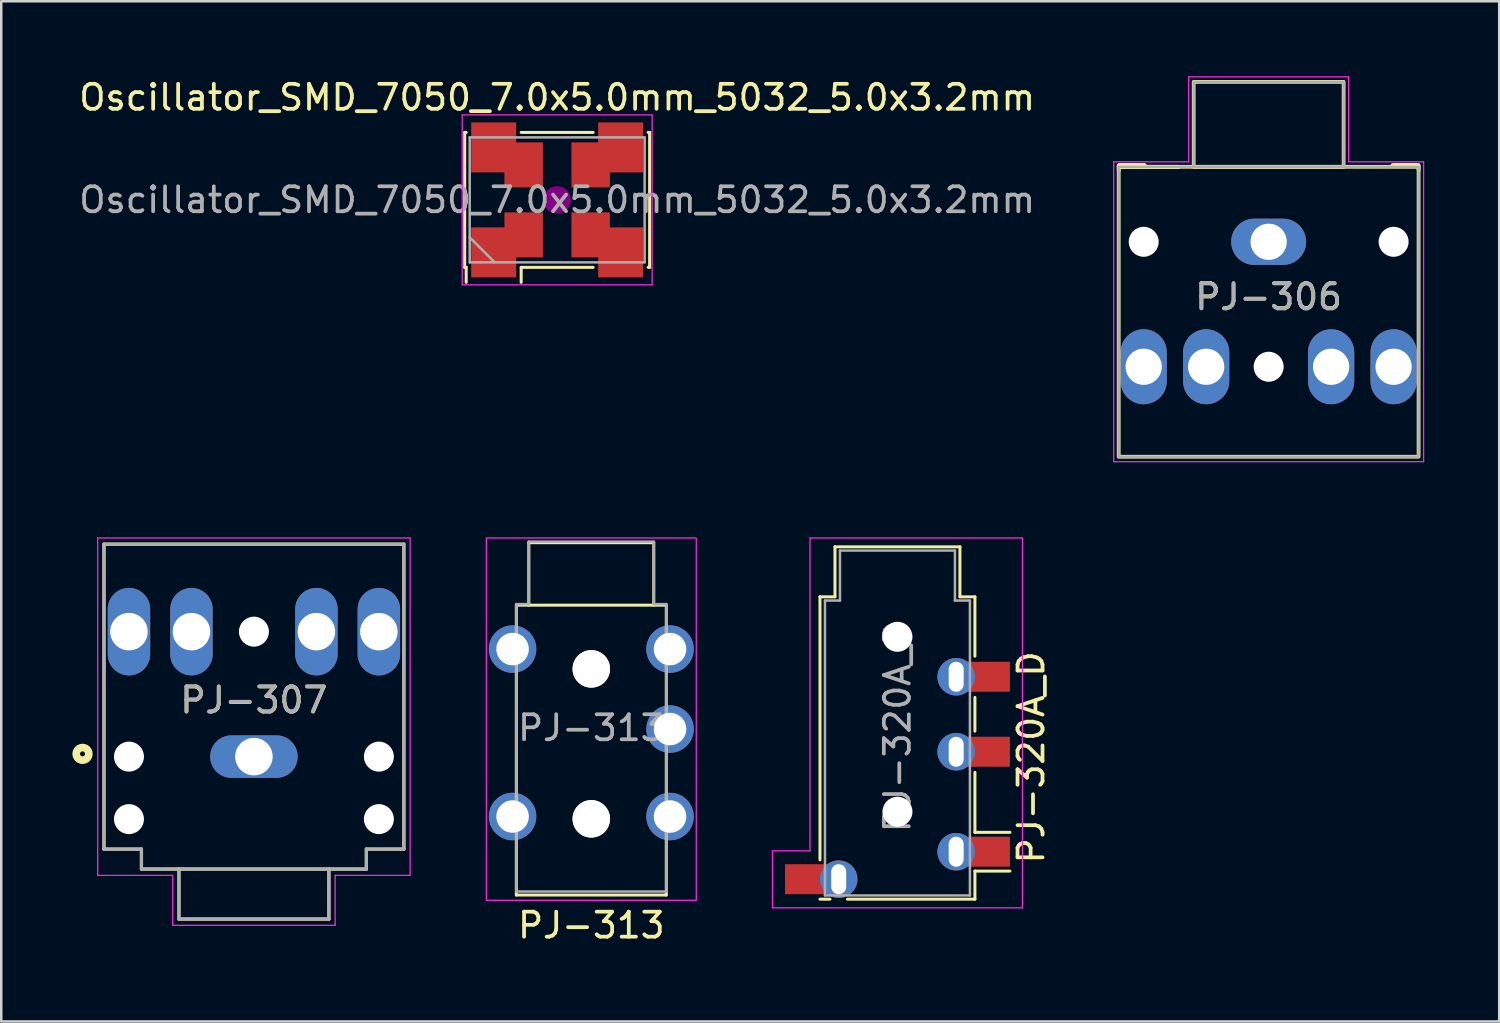
<source format=kicad_pcb>
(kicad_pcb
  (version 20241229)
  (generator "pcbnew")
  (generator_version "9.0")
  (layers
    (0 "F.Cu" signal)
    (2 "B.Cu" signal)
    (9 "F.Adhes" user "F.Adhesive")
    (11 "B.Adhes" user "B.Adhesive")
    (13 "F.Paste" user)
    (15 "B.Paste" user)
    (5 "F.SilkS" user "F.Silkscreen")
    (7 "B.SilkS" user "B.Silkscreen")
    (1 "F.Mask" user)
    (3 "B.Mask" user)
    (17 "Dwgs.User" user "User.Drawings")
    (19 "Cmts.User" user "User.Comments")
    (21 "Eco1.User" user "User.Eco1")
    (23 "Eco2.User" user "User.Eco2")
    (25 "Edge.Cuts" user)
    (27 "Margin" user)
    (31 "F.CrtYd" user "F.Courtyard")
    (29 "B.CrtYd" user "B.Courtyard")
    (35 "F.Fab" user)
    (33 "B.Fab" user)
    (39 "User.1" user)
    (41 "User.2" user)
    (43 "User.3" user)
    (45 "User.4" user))
  (footprint "PJ-313"
    (layer "F.Cu")
    (at 20.61 26.075)
    (property "Reference" "PJ-313" (at 0 7.9 0) (layer "F.SilkS") (effects (font (size 1 1) (thickness 0.15))))
    (fp_line (start -3 6.689) (end -3 -4.911) (stroke (width 0.12) (type solid)) (layer "F.SilkS"))
    (fp_line (start -2.5 -4.911) (end -2.5 -7.411) (stroke (width 0.12) (type solid)) (layer "F.SilkS"))
    (fp_line (start 2.5 -7.411) (end -2.5 -7.411) (stroke (width 0.12) (type solid)) (layer "F.SilkS"))
    (fp_line (start 2.5 -4.911) (end 2.5 -7.411) (stroke (width 0.12) (type solid)) (layer "F.SilkS"))
    (fp_line (start 3 -4.911) (end -3 -4.911) (stroke (width 0.12) (type solid)) (layer "F.SilkS"))
    (fp_line (start 3 6.689) (end -3 6.689) (stroke (width 0.12) (type solid)) (layer "F.SilkS"))
    (fp_line (start 3 6.689) (end 3 -4.911) (stroke (width 0.12) (type solid)) (layer "F.SilkS"))
    (fp_rect (start -4.2 -7.6) (end 4.2 6.9) (stroke (width 0.05) (type solid)) (fill no) (layer "F.CrtYd"))
    (fp_line (start -3 -4.953) (end -2.5 -4.953) (stroke (width 0.1) (type solid)) (layer "F.Fab"))
    (fp_line (start -3 6.547) (end -3 -4.953) (stroke (width 0.1) (type solid)) (layer "F.Fab"))
    (fp_line (start -2.5 -7.453) (end -2.5 -4.953) (stroke (width 0.1) (type solid)) (layer "F.Fab"))
    (fp_line (start 2.5 -7.453) (end -2.5 -7.453) (stroke (width 0.1) (type solid)) (layer "F.Fab"))
    (fp_line (start 2.5 -4.953) (end 2.5 -7.453) (stroke (width 0.1) (type solid)) (layer "F.Fab"))
    (fp_line (start 2.5 -4.953) (end 3 -4.953) (stroke (width 0.1) (type solid)) (layer "F.Fab"))
    (fp_line (start 3 -4.953) (end 3 6.547) (stroke (width 0.1) (type solid)) (layer "F.Fab"))
    (fp_line (start 3 6.547) (end -3 6.547) (stroke (width 0.1) (type solid)) (layer "F.Fab"))
    (fp_text user "${REFERENCE}" (at 0 0 0) (layer "F.Fab") (effects (font (size 1 1) (thickness 0.15))))
    (pad "" np_thru_hole circle (at 0 -2.361 180) (size 1.5 1.5) (drill 1.5) (layers "*.Cu" "*.Mask" "F.SilkS"))
    (pad "" np_thru_hole circle (at 0 3.639 180) (size 1.5 1.5) (drill 1.5) (layers "*.Cu" "*.Mask" "F.SilkS"))
    (pad "R" thru_hole circle (at 3.15 0.047 270) (size 1.9 1.9) (drill 1.3) (layers "*.Cu" "*.Mask"))
    (pad "S" thru_hole circle (at -3.15 -3.153 270) (size 1.9 1.9) (drill 1.3) (layers "*.Cu" "*.Mask"))
    (pad "S" thru_hole circle (at 3.15 -3.153 270) (size 1.9 1.9) (drill 1.3) (layers "*.Cu" "*.Mask"))
    (pad "T" thru_hole circle (at -3.15 3.547 270) (size 1.9 1.9) (drill 1.3) (layers "*.Cu" "*.Mask"))
    (pad "T" thru_hole circle (at 3.15 3.547 270) (size 1.9 1.9) (drill 1.3) (layers "*.Cu" "*.Mask")))
  (footprint "Oscillator_SMD_7050_7.0x5.0mm_5032_5.0x3.2mm"
    (layer "F.Cu")
    (at 19.244 4.948)
    (property "Reference" "Oscillator_SMD_7050_7.0x5.0mm_5032_5.0x3.2mm" (at 0 -4.1 0) (layer "F.SilkS") (effects (font (size 1 1) (thickness 0.15))))
    (attr smd)
    (fp_line (start -3.7 -2.7) (end -3.64 -2.7) (stroke (width 0.12) (type solid)) (layer "F.SilkS"))
    (fp_line (start -3.7 2.7) (end -3.7 -2.7) (stroke (width 0.12) (type solid)) (layer "F.SilkS"))
    (fp_line (start -3.64 2.7) (end -3.7 2.7) (stroke (width 0.12) (type solid)) (layer "F.SilkS"))
    (fp_line (start -3.64 3.3) (end -3.64 2.7) (stroke (width 0.12) (type solid)) (layer "F.SilkS"))
    (fp_line (start -1.44 -2.7) (end 1.44 -2.7) (stroke (width 0.12) (type solid)) (layer "F.SilkS"))
    (fp_line (start -1.44 2.7) (end -1.44 3.3) (stroke (width 0.12) (type solid)) (layer "F.SilkS"))
    (fp_line (start 1.44 2.7) (end -1.44 2.7) (stroke (width 0.12) (type solid)) (layer "F.SilkS"))
    (fp_line (start 3.64 -2.7) (end 3.7 -2.7) (stroke (width 0.12) (type solid)) (layer "F.SilkS"))
    (fp_line (start 3.7 -2.7) (end 3.7 2.7) (stroke (width 0.12) (type solid)) (layer "F.SilkS"))
    (fp_line (start 3.7 2.7) (end 3.64 2.7) (stroke (width 0.12) (type solid)) (layer "F.SilkS"))
    (fp_circle (center 0 0) (end 0.117 0) (stroke (width 0.233) (type solid)) (fill no) (layer "F.Adhes"))
    (fp_circle (center 0 0) (end 0.267 0) (stroke (width 0.167) (type solid)) (fill no) (layer "F.Adhes"))
    (fp_circle (center 0 0) (end 0.417 0) (stroke (width 0.167) (type solid)) (fill no) (layer "F.Adhes"))
    (fp_circle (center 0 0) (end 0.5 0) (stroke (width 0.1) (type solid)) (fill no) (layer "F.Adhes"))
    (fp_line (start -3.8 -3.4) (end -3.8 3.4) (stroke (width 0.05) (type solid)) (layer "F.CrtYd"))
    (fp_line (start -3.8 3.4) (end 3.8 3.4) (stroke (width 0.05) (type solid)) (layer "F.CrtYd"))
    (fp_line (start 3.8 -3.4) (end -3.8 -3.4) (stroke (width 0.05) (type solid)) (layer "F.CrtYd"))
    (fp_line (start 3.8 3.4) (end 3.8 -3.4) (stroke (width 0.05) (type solid)) (layer "F.CrtYd"))
    (fp_line (start -3.5 -2.5) (end -3.5 2.5) (stroke (width 0.1) (type solid)) (layer "F.Fab"))
    (fp_line (start -3.5 1.5) (end -2.5 2.5) (stroke (width 0.1) (type solid)) (layer "F.Fab"))
    (fp_line (start -3.5 2.5) (end 3.5 2.5) (stroke (width 0.1) (type solid)) (layer "F.Fab"))
    (fp_line (start 3.5 -2.5) (end -3.5 -2.5) (stroke (width 0.1) (type solid)) (layer "F.Fab"))
    (fp_line (start 3.5 2.5) (end 3.5 -2.5) (stroke (width 0.1) (type solid)) (layer "F.Fab"))
    (fp_text user "${REFERENCE}" (at 0 0 0) (layer "F.Fab") (effects (font (size 1 1) (thickness 0.15))))
    (pad "1" smd rect (at -2.54 2.1) (size 1.8 2) (layers "F.Cu" "F.Mask" "F.Paste"))
    (pad "1" smd rect (at -1.34 1.4) (size 1.54 1.8) (layers "F.Cu" "F.Mask" "F.Paste"))
    (pad "2" smd rect (at 1.34 1.4) (size 1.54 1.8) (layers "F.Cu" "F.Mask" "F.Paste"))
    (pad "2" smd rect (at 2.54 2.1) (size 1.8 2) (layers "F.Cu" "F.Mask" "F.Paste"))
    (pad "3" smd rect (at 1.34 -1.4) (size 1.54 1.8) (layers "F.Cu" "F.Mask" "F.Paste"))
    (pad "3" smd rect (at 2.54 -2.1) (size 1.8 2) (layers "F.Cu" "F.Mask" "F.Paste"))
    (pad "4" smd rect (at -2.54 -2.1) (size 1.8 2) (layers "F.Cu" "F.Mask" "F.Paste"))
    (pad "4" smd rect (at -1.34 -1.4) (size 1.54 1.8) (layers "F.Cu" "F.Mask" "F.Paste")))
  (footprint "PJ-307"
    (layer "F.Cu")
    (at 7.11 26.225)
    (property "Reference" "PJ-307" (at 0 -1.257 180) (layer "F.SilkS") (effects (font (size 1.004 1.004) (thickness 0.15))))
    (attr through_hole)
    (fp_line (start -6 -7.5) (end 6 -7.5) (stroke (width 0.127) (type solid)) (layer "F.SilkS"))
    (fp_line (start -6 4.7) (end -6 -7.5) (stroke (width 0.127) (type solid)) (layer "F.SilkS"))
    (fp_line (start -4.5 4.7) (end -6 4.7) (stroke (width 0.127) (type solid)) (layer "F.SilkS"))
    (fp_line (start -4.5 5.5) (end -4.5 4.7) (stroke (width 0.127) (type solid)) (layer "F.SilkS"))
    (fp_line (start -4.5 5.5) (end -3 5.5) (stroke (width 0.127) (type solid)) (layer "F.SilkS"))
    (fp_line (start -3 5.5) (end 3 5.5) (stroke (width 0.127) (type solid)) (layer "F.SilkS"))
    (fp_line (start -3 7.5) (end -3 5.5) (stroke (width 0.127) (type solid)) (layer "F.SilkS"))
    (fp_line (start -3 7.5) (end 3 7.5) (stroke (width 0.127) (type solid)) (layer "F.SilkS"))
    (fp_line (start 3 5.5) (end 4.5 5.5) (stroke (width 0.127) (type solid)) (layer "F.SilkS"))
    (fp_line (start 3 7.5) (end 3 5.5) (stroke (width 0.127) (type solid)) (layer "F.SilkS"))
    (fp_line (start 4.5 4.7) (end 4.5 5.5) (stroke (width 0.127) (type solid)) (layer "F.SilkS"))
    (fp_line (start 6 -7.5) (end 6 4.7) (stroke (width 0.127) (type solid)) (layer "F.SilkS"))
    (fp_line (start 6 4.7) (end 4.5 4.7) (stroke (width 0.127) (type solid)) (layer "F.SilkS"))
    (fp_circle (center -6.858 0.89) (end -6.758 0.89) (stroke (width 0.305) (type solid)) (fill no) (layer "F.SilkS"))
    (fp_circle (center -6.858 0.89) (end -6.758 0.89) (stroke (width 0.305) (type solid)) (fill no) (layer "Eco2.User"))
    (fp_line (start -6.25 -7.75) (end 6.25 -7.75) (stroke (width 0.05) (type solid)) (layer "F.CrtYd"))
    (fp_line (start -6.25 5.75) (end -6.25 -7.75) (stroke (width 0.05) (type solid)) (layer "F.CrtYd"))
    (fp_line (start -3.25 5.75) (end -6.25 5.75) (stroke (width 0.05) (type solid)) (layer "F.CrtYd"))
    (fp_line (start -3.25 7.75) (end -3.25 5.75) (stroke (width 0.05) (type solid)) (layer "F.CrtYd"))
    (fp_line (start 3.25 5.75) (end 3.25 7.75) (stroke (width 0.05) (type solid)) (layer "F.CrtYd"))
    (fp_line (start 3.25 7.75) (end -3.25 7.75) (stroke (width 0.05) (type solid)) (layer "F.CrtYd"))
    (fp_line (start 6.25 -7.75) (end 6.25 5.75) (stroke (width 0.05) (type solid)) (layer "F.CrtYd"))
    (fp_line (start 6.25 5.75) (end 3.25 5.75) (stroke (width 0.05) (type solid)) (layer "F.CrtYd"))
    (fp_line (start -6 -7.5) (end 6 -7.5) (stroke (width 0.127) (type solid)) (layer "F.Fab"))
    (fp_line (start -6 4.7) (end -6 -7.5) (stroke (width 0.127) (type solid)) (layer "F.Fab"))
    (fp_line (start -4.5 4.7) (end -6 4.7) (stroke (width 0.127) (type solid)) (layer "F.Fab"))
    (fp_line (start -4.5 5.5) (end -4.5 4.7) (stroke (width 0.127) (type solid)) (layer "F.Fab"))
    (fp_line (start -4.5 5.5) (end -3 5.5) (stroke (width 0.127) (type solid)) (layer "F.Fab"))
    (fp_line (start -3 5.5) (end 3 5.5) (stroke (width 0.127) (type solid)) (layer "F.Fab"))
    (fp_line (start -3 7.5) (end -3 5.5) (stroke (width 0.127) (type solid)) (layer "F.Fab"))
    (fp_line (start -3 7.5) (end 3 7.5) (stroke (width 0.127) (type solid)) (layer "F.Fab"))
    (fp_line (start 3 5.5) (end 4.5 5.5) (stroke (width 0.127) (type solid)) (layer "F.Fab"))
    (fp_line (start 3 7.5) (end 3 5.5) (stroke (width 0.127) (type solid)) (layer "F.Fab"))
    (fp_line (start 4.5 4.7) (end 4.5 5.5) (stroke (width 0.127) (type solid)) (layer "F.Fab"))
    (fp_line (start 6 -7.5) (end 6 4.7) (stroke (width 0.127) (type solid)) (layer "F.Fab"))
    (fp_line (start 6 4.7) (end 4.5 4.7) (stroke (width 0.127) (type solid)) (layer "F.Fab"))
    (fp_text user "${REFERENCE}" (at 0 -1.27 0) (layer "F.Fab") (effects (font (size 1 1) (thickness 0.15))))
    (pad "" np_thru_hole circle (at -5 1) (size 1.2 1.2) (drill 1.2) (layers "*.Cu" "*.Mask"))
    (pad "" np_thru_hole circle (at -5 3.5) (size 1.2 1.2) (drill 1.2) (layers "*.Cu" "*.Mask"))
    (pad "" np_thru_hole circle (at 0 -4) (size 1.2 1.2) (drill 1.2) (layers "*.Cu" "*.Mask"))
    (pad "" np_thru_hole circle (at 5 1) (size 1.2 1.2) (drill 1.2) (layers "*.Cu" "*.Mask"))
    (pad "" np_thru_hole circle (at 5 3.5) (size 1.2 1.2) (drill 1.2) (layers "*.Cu" "*.Mask"))
    (pad "R" thru_hole oval (at -5 -4 90) (size 3.5 1.7) (drill 1.5) (layers "*.Cu" "*.Mask"))
    (pad "RN" thru_hole oval (at -2.5 -4 90) (size 3.5 1.7) (drill 1.5) (layers "*.Cu" "*.Mask"))
    (pad "S" thru_hole oval (at 0 1) (size 3.5 1.7) (drill 1.5) (layers "*.Cu" "*.Mask"))
    (pad "T" thru_hole oval (at 5 -4 90) (size 3.5 1.7) (drill 1.5) (layers "*.Cu" "*.Mask"))
    (pad "TN" thru_hole oval (at 2.5 -4 90) (size 3.5 1.7) (drill 1.5) (layers "*.Cu" "*.Mask")))
  (footprint "PJ-320A_D"
    (layer "F.Cu")
    (at 32.86 25.93)
    (property "Reference" "PJ-320A_D" (at 5.35 1.325 270) (layer "F.SilkS") (effects (font (size 1 1) (thickness 0.15))))
    (attr through_hole)
    (fp_line (start -3.1 5.425) (end -3.1 -5.1) (stroke (width 0.12) (type solid)) (layer "F.SilkS"))
    (fp_line (start -3.1 7) (end -2.7 7) (stroke (width 0.12) (type solid)) (layer "F.SilkS"))
    (fp_line (start -2.5 -5.1) (end -3.1 -5.1) (stroke (width 0.12) (type solid)) (layer "F.SilkS"))
    (fp_line (start -2.5 -5.1) (end -2.5 -7.1) (stroke (width 0.12) (type solid)) (layer "F.SilkS"))
    (fp_line (start -2 7) (end 3.1 7) (stroke (width 0.12) (type solid)) (layer "F.SilkS"))
    (fp_line (start 2.5 -7.1) (end -2.5 -7.1) (stroke (width 0.12) (type solid)) (layer "F.SilkS"))
    (fp_line (start 2.5 -5.1) (end 2.5 -7.1) (stroke (width 0.12) (type solid)) (layer "F.SilkS"))
    (fp_line (start 3.1 -5.1) (end 2.5 -5.1) (stroke (width 0.12) (type solid)) (layer "F.SilkS"))
    (fp_line (start 3.1 -5.1) (end 3.1 -2.725) (stroke (width 0.12) (type solid)) (layer "F.SilkS"))
    (fp_line (start 3.1 -1.075) (end 3.1 0.275) (stroke (width 0.12) (type solid)) (layer "F.SilkS"))
    (fp_line (start 3.1 1.925) (end 3.1 4.325) (stroke (width 0.12) (type solid)) (layer "F.SilkS"))
    (fp_line (start 3.1 4.325) (end 4.5 4.325) (stroke (width 0.12) (type solid)) (layer "F.SilkS"))
    (fp_line (start 3.1 5.875) (end 3.1 7) (stroke (width 0.12) (type solid)) (layer "F.SilkS"))
    (fp_line (start 3.1 5.875) (end 4.5 5.875) (stroke (width 0.12) (type solid)) (layer "F.SilkS"))
    (fp_line (start -5 5.065) (end -3.5 5.065) (stroke (width 0.05) (type solid)) (layer "F.CrtYd"))
    (fp_line (start -5 7.345) (end -5 5.065) (stroke (width 0.05) (type solid)) (layer "F.CrtYd"))
    (fp_line (start -5 7.345) (end 5 7.345) (stroke (width 0.05) (type solid)) (layer "F.CrtYd"))
    (fp_line (start -3.5 -7.455) (end 5 -7.455) (stroke (width 0.05) (type solid)) (layer "F.CrtYd"))
    (fp_line (start -3.5 5.065) (end -3.5 -7.455) (stroke (width 0.05) (type solid)) (layer "F.CrtYd"))
    (fp_line (start 5 -7.455) (end 5 7.345) (stroke (width 0.05) (type solid)) (layer "F.CrtYd"))
    (fp_line (start -2.9 -4.95) (end -2.3 -4.95) (stroke (width 0.1) (type solid)) (layer "F.Fab"))
    (fp_line (start -2.9 6.85) (end -2.9 -4.95) (stroke (width 0.1) (type solid)) (layer "F.Fab"))
    (fp_line (start -2.3 -6.95) (end 2.3 -6.95) (stroke (width 0.1) (type solid)) (layer "F.Fab"))
    (fp_line (start -2.3 -4.95) (end -2.3 -6.95) (stroke (width 0.1) (type solid)) (layer "F.Fab"))
    (fp_line (start 2.3 -6.95) (end 2.3 -4.95) (stroke (width 0.1) (type solid)) (layer "F.Fab"))
    (fp_line (start 2.3 -4.95) (end 2.9 -4.95) (stroke (width 0.1) (type solid)) (layer "F.Fab"))
    (fp_line (start 2.9 -4.95) (end 2.9 6.85) (stroke (width 0.1) (type solid)) (layer "F.Fab"))
    (fp_line (start 2.9 6.85) (end -2.9 6.85) (stroke (width 0.1) (type solid)) (layer "F.Fab"))
    (fp_text user "${REFERENCE}" (at 0 0.08 270) (layer "F.Fab") (effects (font (size 1 1) (thickness 0.15))))
    (pad "" np_thru_hole circle (at 0 -3.5 270) (size 1.2 1.2) (drill 1.2) (layers "*.Cu" "*.Mask"))
    (pad "" np_thru_hole circle (at 0 3.5 270) (size 1.2 1.2) (drill 1.2) (layers "*.Cu" "*.Mask"))
    (pad "R1" thru_hole circle (at 2.35 1.1 270) (size 1.5 1.5) (drill oval 1.2 0.6) (layers "*.Cu" "*.Mask"))
    (pad "R1" smd rect (at 3.25 1.1 270) (size 1.2 2.5) (layers "F.Cu" "F.Mask" "F.Paste"))
    (pad "R2" thru_hole circle (at 2.35 -1.9 270) (size 1.5 1.5) (drill oval 1.2 0.6) (layers "*.Cu" "*.Mask"))
    (pad "R2" smd rect (at 3.25 -1.9 270) (size 1.2 2.5) (layers "F.Cu" "F.Mask" "F.Paste"))
    (pad "S" smd rect (at -3.25 6.2 270) (size 1.2 2.5) (layers "F.Cu" "F.Mask" "F.Paste"))
    (pad "S" thru_hole circle (at -2.35 6.2 270) (size 1.5 1.5) (drill oval 1.2 0.6) (layers "*.Cu" "*.Mask"))
    (pad "T" thru_hole circle (at 2.35 5.1 270) (size 1.5 1.5) (drill oval 1.2 0.6) (layers "*.Cu" "*.Mask"))
    (pad "T" smd rect (at 3.25 5.1 270) (size 1.2 2.5) (layers "F.Cu" "F.Mask" "F.Paste")))
  (footprint "PJ-306"
    (layer "F.Cu")
    (at 47.713 6.625)
    (property "Reference" "PJ-306" (at 0 2.2 0) (layer "F.SilkS") (effects (font (size 1 1) (thickness 0.15))))
    (attr through_hole)
    (fp_line (start -6 -3) (end -3.6 -3) (stroke (width 0.15) (type default)) (layer "F.SilkS"))
    (fp_line (start -6 -3) (end -3.6 -3) (stroke (width 0.15) (type default)) (layer "F.SilkS"))
    (fp_line (start -6 -2.85) (end -6 -3.05) (stroke (width 0.15) (type default)) (layer "F.SilkS"))
    (fp_line (start -4.975 -3.05) (end -5.975 -3.05) (stroke (width 0.2) (type default)) (layer "F.SilkS"))
    (fp_line (start 4.975 -3.05) (end 5.975 -3.05) (stroke (width 0.2) (type default)) (layer "F.SilkS"))
    (fp_line (start 6 -2.85) (end 6 -3.05) (stroke (width 0.15) (type default)) (layer "F.SilkS"))
    (fp_rect (start -6 -3) (end 6 8.6) (stroke (width 0.15) (type default)) (fill no) (layer "F.SilkS"))
    (fp_rect (start -3 -6.4) (end 3 -3) (stroke (width 0.15) (type default)) (fill no) (layer "F.SilkS"))
    (fp_line (start -6.2 -3.2) (end -3.2 -3.2) (stroke (width 0.05) (type solid)) (layer "F.CrtYd"))
    (fp_line (start -6.2 8.8) (end -6.2 -3.2) (stroke (width 0.05) (type solid)) (layer "F.CrtYd"))
    (fp_line (start -3.2 -6.6) (end 3.2 -6.6) (stroke (width 0.05) (type solid)) (layer "F.CrtYd"))
    (fp_line (start -3.2 -3.2) (end -3.2 -6.6) (stroke (width 0.05) (type solid)) (layer "F.CrtYd"))
    (fp_line (start 3.2 -6.6) (end 3.2 -3.2) (stroke (width 0.05) (type solid)) (layer "F.CrtYd"))
    (fp_line (start 3.2 -3.2) (end 6.2 -3.2) (stroke (width 0.05) (type solid)) (layer "F.CrtYd"))
    (fp_line (start 6.2 -3.2) (end 6.2 8.8) (stroke (width 0.05) (type solid)) (layer "F.CrtYd"))
    (fp_line (start 6.2 8.8) (end -6.2 8.8) (stroke (width 0.05) (type solid)) (layer "F.CrtYd"))
    (fp_rect (start -6 -3) (end 6 8.6) (stroke (width 0.1) (type default)) (fill no) (layer "F.Fab"))
    (fp_rect (start -3 -6.4) (end 3 -3) (stroke (width 0.1) (type default)) (fill no) (layer "F.Fab"))
    (fp_text user "${REFERENCE}" (at 0 2.213 180) (layer "F.Fab") (effects (font (size 1 1) (thickness 0.15))))
    (pad "" np_thru_hole circle (at -5 0 180) (size 1.2 1.2) (drill 1.2) (layers "*.Cu" "*.Mask"))
    (pad "" np_thru_hole circle (at 0 5 180) (size 1.2 1.2) (drill 1.2) (layers "*.Cu" "*.Mask"))
    (pad "" np_thru_hole circle (at 5 0 180) (size 1.2 1.2) (drill 1.2) (layers "*.Cu" "*.Mask"))
    (pad "R" thru_hole oval (at 5 5 270) (size 3 1.85) (drill 1.45) (layers "*.Cu" "*.Mask"))
    (pad "RN" thru_hole oval (at 2.5 5 270) (size 3 1.85) (drill 1.45) (layers "*.Cu" "*.Mask"))
    (pad "S" thru_hole oval (at 0 0 180) (size 3 1.85) (drill 1.45) (layers "*.Cu" "*.Mask"))
    (pad "T" thru_hole oval (at -5 5 270) (size 3 1.85) (drill 1.45) (layers "*.Cu" "*.Mask"))
    (pad "TN" thru_hole oval (at -2.5 5 270) (size 3 1.85) (drill 1.45) (layers "*.Cu" "*.Mask")))
  (gr_rect
    (start -3 -3)
    (end 56.938 37.823)
    (stroke (width 0.1) (type default))
    (fill no)
    (layer "Edge.Cuts")))
</source>
